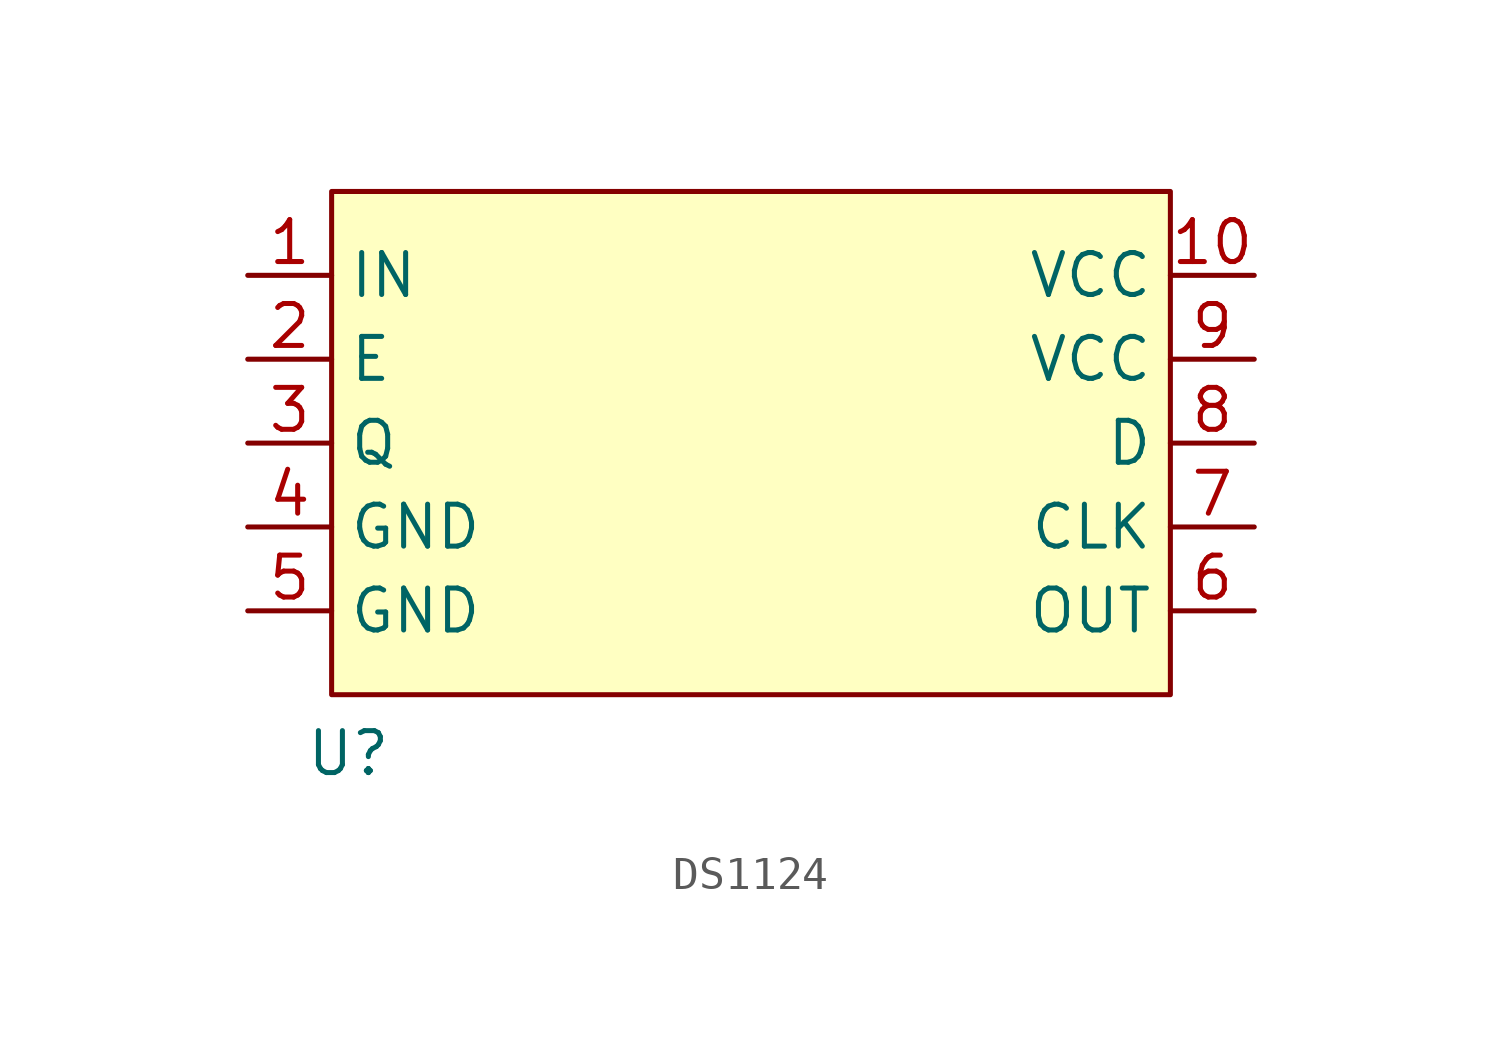
<source format=kicad_sym>
(kicad_symbol_lib
  (version 20241209)
  (generator "kicad_symbol_editor")
  (generator_version "9.0")
  (symbol "DS1124"
    (property "Reference" "U"
      (at -12.192 -10.668 0)
      (effects (font (size 1.27 1.27))))
    (property "Value" ""
      (at 0 0 0)
      (effects (font (size 1.27 1.27))))
    (symbol "DS1124_1_1"
      (rectangle (start -12.7 6.35) (end 12.7 -8.89) (stroke (width 0) (type solid)) (fill (type background)))
      (pin input line (at -15.24 3.81 0) (length 2.54) (name "IN" (effects (font (size 1.27 1.27)))) (number "1" (effects (font (size 1.27 1.27)))))
      (pin input line (at -15.24 1.27 0) (length 2.54) (name "E" (effects (font (size 1.27 1.27)))) (number "2" (effects (font (size 1.27 1.27)))))
      (pin output line (at -15.24 -1.27 0) (length 2.54) (name "Q" (effects (font (size 1.27 1.27)))) (number "3" (effects (font (size 1.27 1.27)))))
      (pin input line (at -15.24 -3.81 0) (length 2.54) (name "GND" (effects (font (size 1.27 1.27)))) (number "4" (effects (font (size 1.27 1.27)))))
      (pin input line (at -15.24 -6.35 0) (length 2.54) (name "GND" (effects (font (size 1.27 1.27)))) (number "5" (effects (font (size 1.27 1.27)))))
      (pin power_in line (at 15.24 3.81 180) (length 2.54) (name "VCC" (effects (font (size 1.27 1.27)))) (number "10" (effects (font (size 1.27 1.27)))))
      (pin power_in line (at 15.24 1.27 180) (length 2.54) (name "VCC" (effects (font (size 1.27 1.27)))) (number "9" (effects (font (size 1.27 1.27)))))
      (pin input line (at 15.24 -1.27 180) (length 2.54) (name "D" (effects (font (size 1.27 1.27)))) (number "8" (effects (font (size 1.27 1.27)))))
      (pin input line (at 15.24 -3.81 180) (length 2.54) (name "CLK" (effects (font (size 1.27 1.27)))) (number "7" (effects (font (size 1.27 1.27)))))
      (pin output line (at 15.24 -6.35 180) (length 2.54) (name "OUT" (effects (font (size 1.27 1.27)))) (number "6" (effects (font (size 1.27 1.27))))))))
</source>
